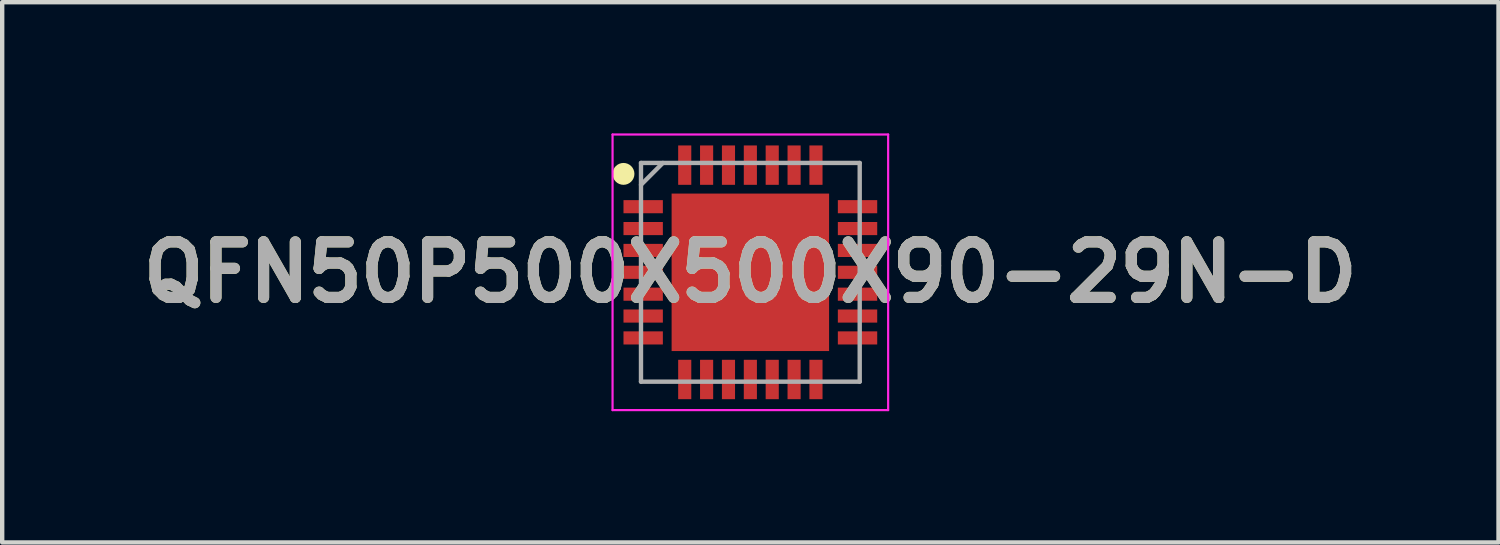
<source format=kicad_pcb>
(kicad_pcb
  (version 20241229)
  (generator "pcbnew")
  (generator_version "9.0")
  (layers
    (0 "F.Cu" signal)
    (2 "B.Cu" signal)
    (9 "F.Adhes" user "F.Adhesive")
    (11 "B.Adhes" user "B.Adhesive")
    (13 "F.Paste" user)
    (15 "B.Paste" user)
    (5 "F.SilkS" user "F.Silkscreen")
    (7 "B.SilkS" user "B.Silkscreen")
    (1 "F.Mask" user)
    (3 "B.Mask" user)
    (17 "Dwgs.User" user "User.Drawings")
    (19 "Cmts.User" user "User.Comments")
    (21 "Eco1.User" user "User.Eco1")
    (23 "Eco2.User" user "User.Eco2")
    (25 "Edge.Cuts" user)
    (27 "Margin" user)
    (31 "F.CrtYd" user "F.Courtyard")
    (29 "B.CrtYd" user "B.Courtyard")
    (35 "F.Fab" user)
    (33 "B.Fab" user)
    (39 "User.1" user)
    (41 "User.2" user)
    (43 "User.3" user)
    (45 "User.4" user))
  (footprint "QFN50P500X500X90-29N-D"
    (layer "F.Cu")
    (at 14.103 3.175)
    (property "Reference" "QFN50P500X500X90-29N-D" (at 0 0 0) (layer "F.SilkS") (effects (font (size 1.27 1.27) (thickness 0.254))))
    (attr smd)
    (fp_circle (center -2.9 -2.25) (end -2.9 -2.125) (stroke (width 0.25) (type solid)) (fill no) (layer "F.SilkS"))
    (fp_line (start -3.15 -3.15) (end 3.15 -3.15) (stroke (width 0.05) (type solid)) (layer "F.CrtYd"))
    (fp_line (start -3.15 3.15) (end -3.15 -3.15) (stroke (width 0.05) (type solid)) (layer "F.CrtYd"))
    (fp_line (start 3.15 -3.15) (end 3.15 3.15) (stroke (width 0.05) (type solid)) (layer "F.CrtYd"))
    (fp_line (start 3.15 3.15) (end -3.15 3.15) (stroke (width 0.05) (type solid)) (layer "F.CrtYd"))
    (fp_line (start -2.5 -2.5) (end 2.5 -2.5) (stroke (width 0.1) (type solid)) (layer "F.Fab"))
    (fp_line (start -2.5 -2) (end -2 -2.5) (stroke (width 0.1) (type solid)) (layer "F.Fab"))
    (fp_line (start -2.5 2.5) (end -2.5 -2.5) (stroke (width 0.1) (type solid)) (layer "F.Fab"))
    (fp_line (start 2.5 -2.5) (end 2.5 2.5) (stroke (width 0.1) (type solid)) (layer "F.Fab"))
    (fp_line (start 2.5 2.5) (end -2.5 2.5) (stroke (width 0.1) (type solid)) (layer "F.Fab"))
    (fp_text user "${REFERENCE}" (at 0 0 0) (layer "F.Fab") (effects (font (size 1.27 1.27) (thickness 0.254))))
    (pad "" smd roundrect (at -1.12 -1.12) (size 0.9 0.9) (layers "F.Paste") (roundrect_rratio 0.25))
    (pad "" smd roundrect (at -1.12 0) (size 0.9 0.9) (layers "F.Paste") (roundrect_rratio 0.25))
    (pad "" smd roundrect (at -1.12 1.12) (size 0.9 0.9) (layers "F.Paste") (roundrect_rratio 0.25))
    (pad "" smd roundrect (at 0 -1.12) (size 0.9 0.9) (layers "F.Paste") (roundrect_rratio 0.25))
    (pad "" smd roundrect (at 0 0) (size 0.9 0.9) (layers "F.Paste") (roundrect_rratio 0.25))
    (pad "" smd roundrect (at 0 1.12) (size 0.9 0.9) (layers "F.Paste") (roundrect_rratio 0.25))
    (pad "" smd roundrect (at 1.12 -1.12) (size 0.9 0.9) (layers "F.Paste") (roundrect_rratio 0.25))
    (pad "" smd roundrect (at 1.12 0) (size 0.9 0.9) (layers "F.Paste") (roundrect_rratio 0.25))
    (pad "" smd roundrect (at 1.12 1.12) (size 0.9 0.9) (layers "F.Paste") (roundrect_rratio 0.25))
    (pad "1" smd rect (at -2.45 -1.5 90) (size 0.3 0.9) (layers "F.Cu" "F.Mask" "F.Paste"))
    (pad "2" smd rect (at -2.45 -1 90) (size 0.3 0.9) (layers "F.Cu" "F.Mask" "F.Paste"))
    (pad "3" smd rect (at -2.45 -0.5 90) (size 0.3 0.9) (layers "F.Cu" "F.Mask" "F.Paste"))
    (pad "4" smd rect (at -2.45 0 90) (size 0.3 0.9) (layers "F.Cu" "F.Mask" "F.Paste"))
    (pad "5" smd rect (at -2.45 0.5 90) (size 0.3 0.9) (layers "F.Cu" "F.Mask" "F.Paste"))
    (pad "6" smd rect (at -2.45 1 90) (size 0.3 0.9) (layers "F.Cu" "F.Mask" "F.Paste"))
    (pad "7" smd rect (at -2.45 1.5 90) (size 0.3 0.9) (layers "F.Cu" "F.Mask" "F.Paste"))
    (pad "8" smd rect (at -1.5 2.45) (size 0.3 0.9) (layers "F.Cu" "F.Mask" "F.Paste"))
    (pad "9" smd rect (at -1 2.45) (size 0.3 0.9) (layers "F.Cu" "F.Mask" "F.Paste"))
    (pad "10" smd rect (at -0.5 2.45) (size 0.3 0.9) (layers "F.Cu" "F.Mask" "F.Paste"))
    (pad "11" smd rect (at 0 2.45) (size 0.3 0.9) (layers "F.Cu" "F.Mask" "F.Paste"))
    (pad "12" smd rect (at 0.5 2.45) (size 0.3 0.9) (layers "F.Cu" "F.Mask" "F.Paste"))
    (pad "13" smd rect (at 1 2.45) (size 0.3 0.9) (layers "F.Cu" "F.Mask" "F.Paste"))
    (pad "14" smd rect (at 1.5 2.45) (size 0.3 0.9) (layers "F.Cu" "F.Mask" "F.Paste"))
    (pad "15" smd rect (at 2.45 1.5 90) (size 0.3 0.9) (layers "F.Cu" "F.Mask" "F.Paste"))
    (pad "16" smd rect (at 2.45 1 90) (size 0.3 0.9) (layers "F.Cu" "F.Mask" "F.Paste"))
    (pad "17" smd rect (at 2.45 0.5 90) (size 0.3 0.9) (layers "F.Cu" "F.Mask" "F.Paste"))
    (pad "18" smd rect (at 2.45 0 90) (size 0.3 0.9) (layers "F.Cu" "F.Mask" "F.Paste"))
    (pad "19" smd rect (at 2.45 -0.5 90) (size 0.3 0.9) (layers "F.Cu" "F.Mask" "F.Paste"))
    (pad "20" smd rect (at 2.45 -1 90) (size 0.3 0.9) (layers "F.Cu" "F.Mask" "F.Paste"))
    (pad "21" smd rect (at 2.45 -1.5 90) (size 0.3 0.9) (layers "F.Cu" "F.Mask" "F.Paste"))
    (pad "22" smd rect (at 1.5 -2.45) (size 0.3 0.9) (layers "F.Cu" "F.Mask" "F.Paste"))
    (pad "23" smd rect (at 1 -2.45) (size 0.3 0.9) (layers "F.Cu" "F.Mask" "F.Paste"))
    (pad "24" smd rect (at 0.5 -2.45) (size 0.3 0.9) (layers "F.Cu" "F.Mask" "F.Paste"))
    (pad "25" smd rect (at 0 -2.45) (size 0.3 0.9) (layers "F.Cu" "F.Mask" "F.Paste"))
    (pad "26" smd rect (at -0.5 -2.45) (size 0.3 0.9) (layers "F.Cu" "F.Mask" "F.Paste"))
    (pad "27" smd rect (at -1 -2.45) (size 0.3 0.9) (layers "F.Cu" "F.Mask" "F.Paste"))
    (pad "28" smd rect (at -1.5 -2.45) (size 0.3 0.9) (layers "F.Cu" "F.Mask" "F.Paste"))
    (pad "29" smd rect (at 0 0) (size 3.6 3.6) (layers "F.Cu" "F.Mask")))
  (gr_rect
    (start -3 -3)
    (end 31.206 9.35)
    (stroke (width 0.1) (type default))
    (fill no)
    (layer "Edge.Cuts")))
</source>
